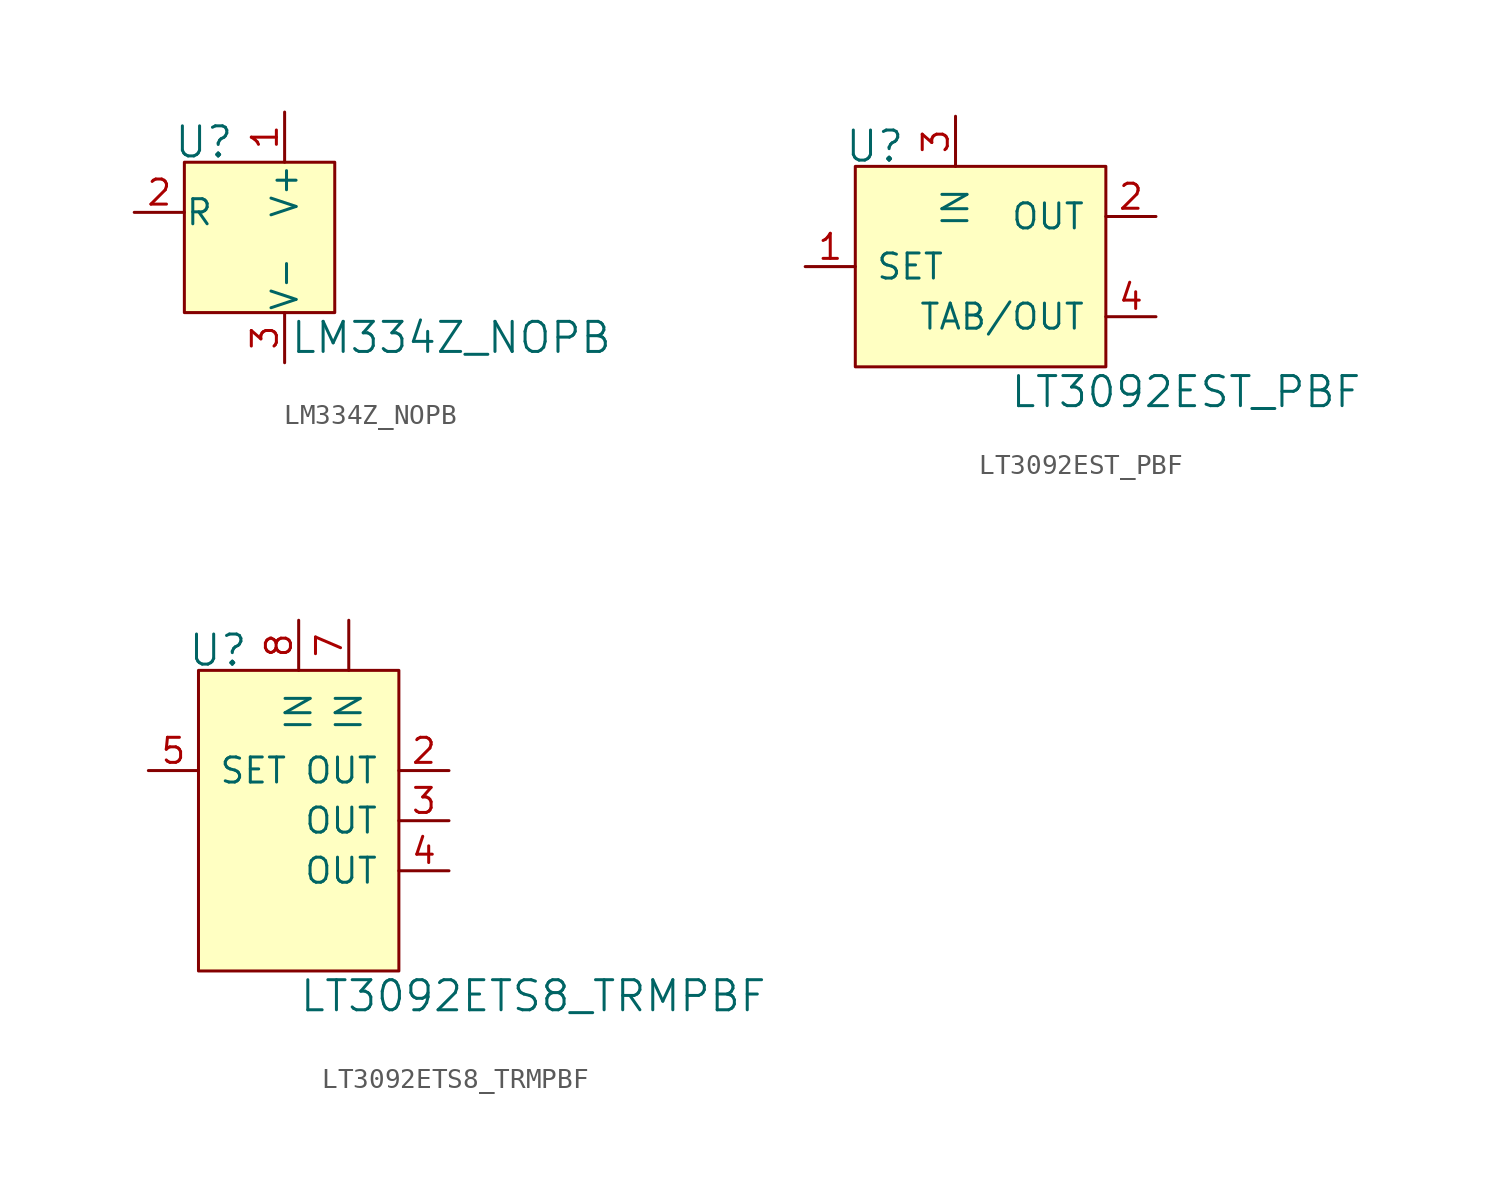
<source format=kicad_sym>
(kicad_symbol_lib
  (version 20220914)
  (generator kicad_symbol_editor)
  (symbol "LM334Z_NOPB"
    (pin_names
      (offset 0.025))
    (property "Reference" "U"
      (at -2.54 3.556 0)
      (effects (font (size 1.524 1.524)) (justify right)))
    (property "Value" "LM334Z_NOPB"
      (at 0.254 -6.35 0)
      (effects (font (size 1.524 1.524)) (justify left)))
    (symbol "LM334Z_NOPB_0_1"
      (rectangle (start -5.08 2.54) (end 2.54 -5.08) (stroke (width 0) (type default)) (fill (type background))))
    (symbol "LM334Z_NOPB_1_1"
      (pin power_in line (at 0 5.08 270) (length 2.54) (name "V+" (effects (font (size 1.27 1.27)))) (number "1" (effects (font (size 1.27 1.27)))))
      (pin passive line (at -7.62 0 0) (length 2.54) (name "R" (effects (font (size 1.27 1.27)))) (number "2" (effects (font (size 1.27 1.27)))))
      (pin power_out line (at 0 -7.62 90) (length 2.54) (name "V-" (effects (font (size 1.27 1.27)))) (number "3" (effects (font (size 1.27 1.27)))))))
  (symbol "LT3092EST_PBF"
    (pin_names
      (offset 1.016))
    (property "Reference" "U"
      (at -5.08 6.096 0)
      (effects (font (size 1.524 1.524)) (justify right)))
    (property "Value" "LT3092EST_PBF"
      (at 9.144 -6.35 0)
      (effects (font (size 1.524 1.524))))
    (symbol "LT3092EST_PBF_0_1"
      (rectangle (start -7.62 5.08) (end 5.08 -5.08) (stroke (width 0) (type default)) (fill (type background))))
    (symbol "LT3092EST_PBF_1_1"
      (pin passive line (at -10.16 0 0) (length 2.54) (name "SET" (effects (font (size 1.27 1.27)))) (number "1" (effects (font (size 1.27 1.27)))))
      (pin power_out line (at 7.62 2.54 180) (length 2.54) (name "OUT" (effects (font (size 1.27 1.27)))) (number "2" (effects (font (size 1.27 1.27)))))
      (pin power_in line (at -2.54 7.62 270) (length 2.54) (name "IN" (effects (font (size 1.27 1.27)))) (number "3" (effects (font (size 1.27 1.27)))))
      (pin output line (at 7.62 -2.54 180) (length 2.54) (name "TAB/OUT" (effects (font (size 1.27 1.27)))) (number "4" (effects (font (size 1.27 1.27)))))))
  (symbol "LT3092ETS8_TRMPBF"
    (pin_names
      (offset 1.016))
    (property "Reference" "U"
      (at -2.54 11.176 0)
      (effects (font (size 1.524 1.524)) (justify right)))
    (property "Value" "LT3092ETS8_TRMPBF"
      (at 0 -6.35 0)
      (effects (font (size 1.524 1.524)) (justify left)))
    (symbol "LT3092ETS8_TRMPBF_0_1"
      (rectangle (start -5.08 10.16) (end 5.08 -5.08) (stroke (width 0) (type default)) (fill (type background))))
    (symbol "LT3092ETS8_TRMPBF_1_1"
      (pin no_connect line (at -7.62 0 0) (length 2.54) hide (name "NC" (effects (font (size 1.27 1.27)))) (number "1" (effects (font (size 1.27 1.27)))))
      (pin power_out line (at 7.62 5.08 180) (length 2.54) (name "OUT" (effects (font (size 1.27 1.27)))) (number "2" (effects (font (size 1.27 1.27)))))
      (pin power_out line (at 7.62 2.54 180) (length 2.54) (name "OUT" (effects (font (size 1.27 1.27)))) (number "3" (effects (font (size 1.27 1.27)))))
      (pin power_out line (at 7.62 0 180) (length 2.54) (name "OUT" (effects (font (size 1.27 1.27)))) (number "4" (effects (font (size 1.27 1.27)))))
      (pin passive line (at -7.62 5.08 0) (length 2.54) (name "SET" (effects (font (size 1.27 1.27)))) (number "5" (effects (font (size 1.27 1.27)))))
      (pin no_connect line (at -7.62 -2.54 0) (length 2.54) hide (name "NC" (effects (font (size 1.27 1.27)))) (number "6" (effects (font (size 1.27 1.27)))))
      (pin power_in line (at 2.54 12.7 270) (length 2.54) (name "IN" (effects (font (size 1.27 1.27)))) (number "7" (effects (font (size 1.27 1.27)))))
      (pin power_in line (at 0 12.7 270) (length 2.54) (name "IN" (effects (font (size 1.27 1.27)))) (number "8" (effects (font (size 1.27 1.27))))))))
</source>
